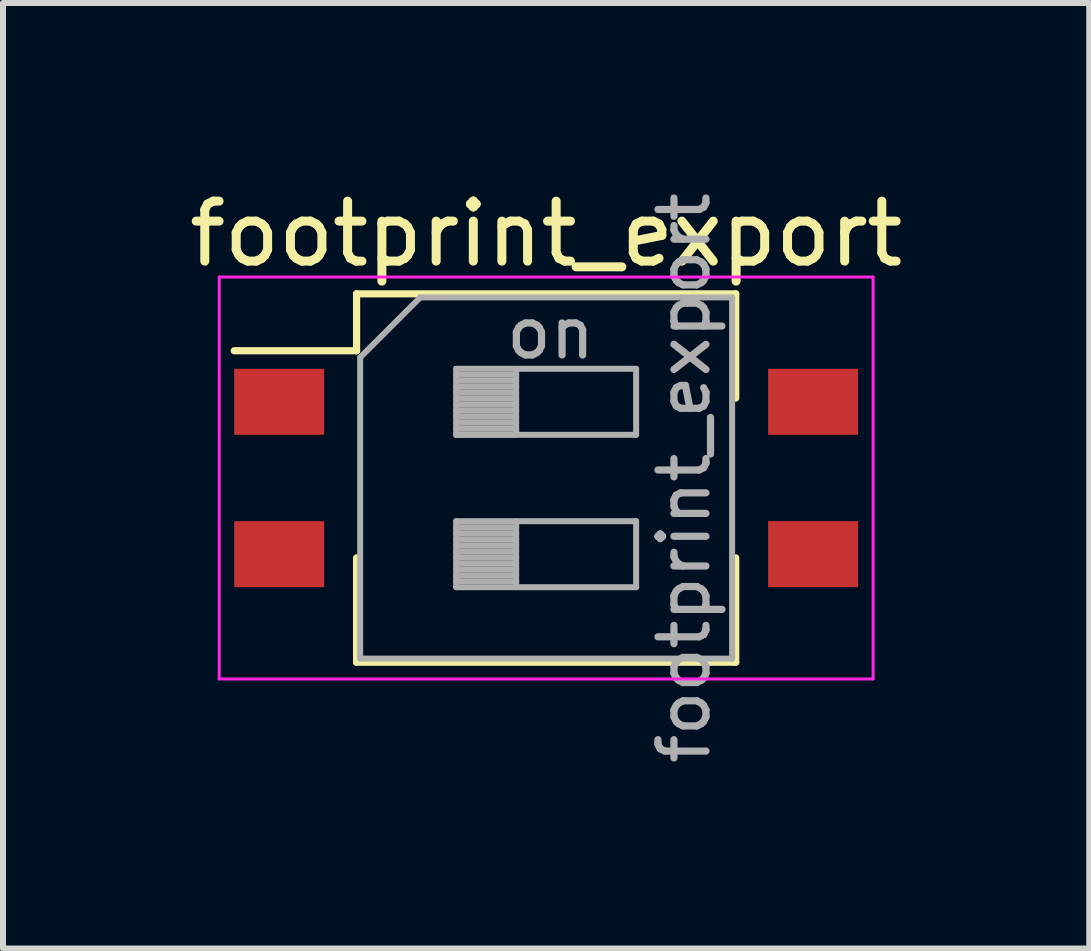
<source format=kicad_pcb>
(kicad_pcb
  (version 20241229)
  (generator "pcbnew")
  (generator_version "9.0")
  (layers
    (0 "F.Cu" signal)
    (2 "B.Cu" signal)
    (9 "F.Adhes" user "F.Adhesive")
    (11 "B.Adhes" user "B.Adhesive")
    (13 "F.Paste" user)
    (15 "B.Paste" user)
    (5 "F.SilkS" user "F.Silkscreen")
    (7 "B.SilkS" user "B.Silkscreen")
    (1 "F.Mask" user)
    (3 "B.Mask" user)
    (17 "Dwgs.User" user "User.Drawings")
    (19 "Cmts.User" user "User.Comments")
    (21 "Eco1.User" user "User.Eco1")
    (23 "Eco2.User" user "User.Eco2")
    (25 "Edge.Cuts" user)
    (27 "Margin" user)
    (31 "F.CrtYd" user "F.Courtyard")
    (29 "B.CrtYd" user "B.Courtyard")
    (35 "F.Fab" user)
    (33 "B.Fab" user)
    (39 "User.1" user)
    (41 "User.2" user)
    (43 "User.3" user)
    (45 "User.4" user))
  (footprint "footprint_export"
    (layer "F.Cu")
    (at 6.054 4.918)
    (property "Reference" "footprint_export" (at 0 -4.07 0) (layer "F.SilkS") (effects (font (size 1 1) (thickness 0.15))))
    (attr smd)
    (fp_line (start -5.2 -2.121) (end -3.16 -2.121) (stroke (width 0.12) (type solid)) (layer "F.SilkS"))
    (fp_line (start -3.16 -3.07) (end -3.16 -2.121) (stroke (width 0.12) (type solid)) (layer "F.SilkS"))
    (fp_line (start -3.16 -3.07) (end 3.16 -3.07) (stroke (width 0.12) (type solid)) (layer "F.SilkS"))
    (fp_line (start -3.16 1.331) (end -3.16 3.071) (stroke (width 0.12) (type solid)) (layer "F.SilkS"))
    (fp_line (start -3.16 3.071) (end 3.16 3.071) (stroke (width 0.12) (type solid)) (layer "F.SilkS"))
    (fp_line (start 3.16 -3.07) (end 3.16 -1.331) (stroke (width 0.12) (type solid)) (layer "F.SilkS"))
    (fp_line (start 3.16 1.331) (end 3.16 3.071) (stroke (width 0.12) (type solid)) (layer "F.SilkS"))
    (fp_line (start -5.45 -3.35) (end -5.45 3.35) (stroke (width 0.05) (type solid)) (layer "F.CrtYd"))
    (fp_line (start -5.45 3.35) (end 5.45 3.35) (stroke (width 0.05) (type solid)) (layer "F.CrtYd"))
    (fp_line (start 5.45 -3.35) (end -5.45 -3.35) (stroke (width 0.05) (type solid)) (layer "F.CrtYd"))
    (fp_line (start 5.45 3.35) (end 5.45 -3.35) (stroke (width 0.05) (type solid)) (layer "F.CrtYd"))
    (fp_line (start -3.1 -2.01) (end -2.1 -3.01) (stroke (width 0.1) (type solid)) (layer "F.Fab"))
    (fp_line (start -3.1 3.01) (end -3.1 -2.01) (stroke (width 0.1) (type solid)) (layer "F.Fab"))
    (fp_line (start -2.1 -3.01) (end 3.1 -3.01) (stroke (width 0.1) (type solid)) (layer "F.Fab"))
    (fp_line (start -1.5 -1.82) (end -1.5 -0.72) (stroke (width 0.1) (type solid)) (layer "F.Fab"))
    (fp_line (start -1.5 -1.72) (end -0.5 -1.72) (stroke (width 0.1) (type solid)) (layer "F.Fab"))
    (fp_line (start -1.5 -1.62) (end -0.5 -1.62) (stroke (width 0.1) (type solid)) (layer "F.Fab"))
    (fp_line (start -1.5 -1.52) (end -0.5 -1.52) (stroke (width 0.1) (type solid)) (layer "F.Fab"))
    (fp_line (start -1.5 -1.42) (end -0.5 -1.42) (stroke (width 0.1) (type solid)) (layer "F.Fab"))
    (fp_line (start -1.5 -1.32) (end -0.5 -1.32) (stroke (width 0.1) (type solid)) (layer "F.Fab"))
    (fp_line (start -1.5 -1.22) (end -0.5 -1.22) (stroke (width 0.1) (type solid)) (layer "F.Fab"))
    (fp_line (start -1.5 -1.12) (end -0.5 -1.12) (stroke (width 0.1) (type solid)) (layer "F.Fab"))
    (fp_line (start -1.5 -1.02) (end -0.5 -1.02) (stroke (width 0.1) (type solid)) (layer "F.Fab"))
    (fp_line (start -1.5 -0.92) (end -0.5 -0.92) (stroke (width 0.1) (type solid)) (layer "F.Fab"))
    (fp_line (start -1.5 -0.82) (end -0.5 -0.82) (stroke (width 0.1) (type solid)) (layer "F.Fab"))
    (fp_line (start -1.5 -0.72) (end -0.5 -0.72) (stroke (width 0.1) (type solid)) (layer "F.Fab"))
    (fp_line (start -1.5 -0.72) (end 1.5 -0.72) (stroke (width 0.1) (type solid)) (layer "F.Fab"))
    (fp_line (start -1.5 0.72) (end -1.5 1.82) (stroke (width 0.1) (type solid)) (layer "F.Fab"))
    (fp_line (start -1.5 0.82) (end -0.5 0.82) (stroke (width 0.1) (type solid)) (layer "F.Fab"))
    (fp_line (start -1.5 0.92) (end -0.5 0.92) (stroke (width 0.1) (type solid)) (layer "F.Fab"))
    (fp_line (start -1.5 1.02) (end -0.5 1.02) (stroke (width 0.1) (type solid)) (layer "F.Fab"))
    (fp_line (start -1.5 1.12) (end -0.5 1.12) (stroke (width 0.1) (type solid)) (layer "F.Fab"))
    (fp_line (start -1.5 1.22) (end -0.5 1.22) (stroke (width 0.1) (type solid)) (layer "F.Fab"))
    (fp_line (start -1.5 1.32) (end -0.5 1.32) (stroke (width 0.1) (type solid)) (layer "F.Fab"))
    (fp_line (start -1.5 1.42) (end -0.5 1.42) (stroke (width 0.1) (type solid)) (layer "F.Fab"))
    (fp_line (start -1.5 1.52) (end -0.5 1.52) (stroke (width 0.1) (type solid)) (layer "F.Fab"))
    (fp_line (start -1.5 1.62) (end -0.5 1.62) (stroke (width 0.1) (type solid)) (layer "F.Fab"))
    (fp_line (start -1.5 1.72) (end -0.5 1.72) (stroke (width 0.1) (type solid)) (layer "F.Fab"))
    (fp_line (start -1.5 1.82) (end 1.5 1.82) (stroke (width 0.1) (type solid)) (layer "F.Fab"))
    (fp_line (start -0.5 -1.82) (end -0.5 -0.72) (stroke (width 0.1) (type solid)) (layer "F.Fab"))
    (fp_line (start -0.5 0.72) (end -0.5 1.82) (stroke (width 0.1) (type solid)) (layer "F.Fab"))
    (fp_line (start 1.5 -1.82) (end -1.5 -1.82) (stroke (width 0.1) (type solid)) (layer "F.Fab"))
    (fp_line (start 1.5 -0.72) (end 1.5 -1.82) (stroke (width 0.1) (type solid)) (layer "F.Fab"))
    (fp_line (start 1.5 0.72) (end -1.5 0.72) (stroke (width 0.1) (type solid)) (layer "F.Fab"))
    (fp_line (start 1.5 1.82) (end 1.5 0.72) (stroke (width 0.1) (type solid)) (layer "F.Fab"))
    (fp_line (start 3.1 -3.01) (end 3.1 3.01) (stroke (width 0.1) (type solid)) (layer "F.Fab"))
    (fp_line (start 3.1 3.01) (end -3.1 3.01) (stroke (width 0.1) (type solid)) (layer "F.Fab"))
    (fp_text user "on" (at 0.075 -2.415 0) (layer "F.Fab") (effects (font (size 0.8 0.8) (thickness 0.12))))
    (fp_text user "${REFERENCE}" (at 2.3 0 90) (layer "F.Fab") (effects (font (size 0.8 0.8) (thickness 0.12))))
    (pad "1" smd rect (at -4.45 -1.27) (size 1.5 1.1) (layers "F.Cu" "F.Mask" "F.Paste"))
    (pad "2" smd rect (at -4.45 1.27) (size 1.5 1.1) (layers "F.Cu" "F.Mask" "F.Paste"))
    (pad "3" smd rect (at 4.45 1.27) (size 1.5 1.1) (layers "F.Cu" "F.Mask" "F.Paste"))
    (pad "4" smd rect (at 4.45 -1.27) (size 1.5 1.1) (layers "F.Cu" "F.Mask" "F.Paste")))
  (gr_rect
    (start -3 -3)
    (end 15.107 12.761)
    (stroke (width 0.1) (type default))
    (fill no)
    (layer "Edge.Cuts")))
</source>
